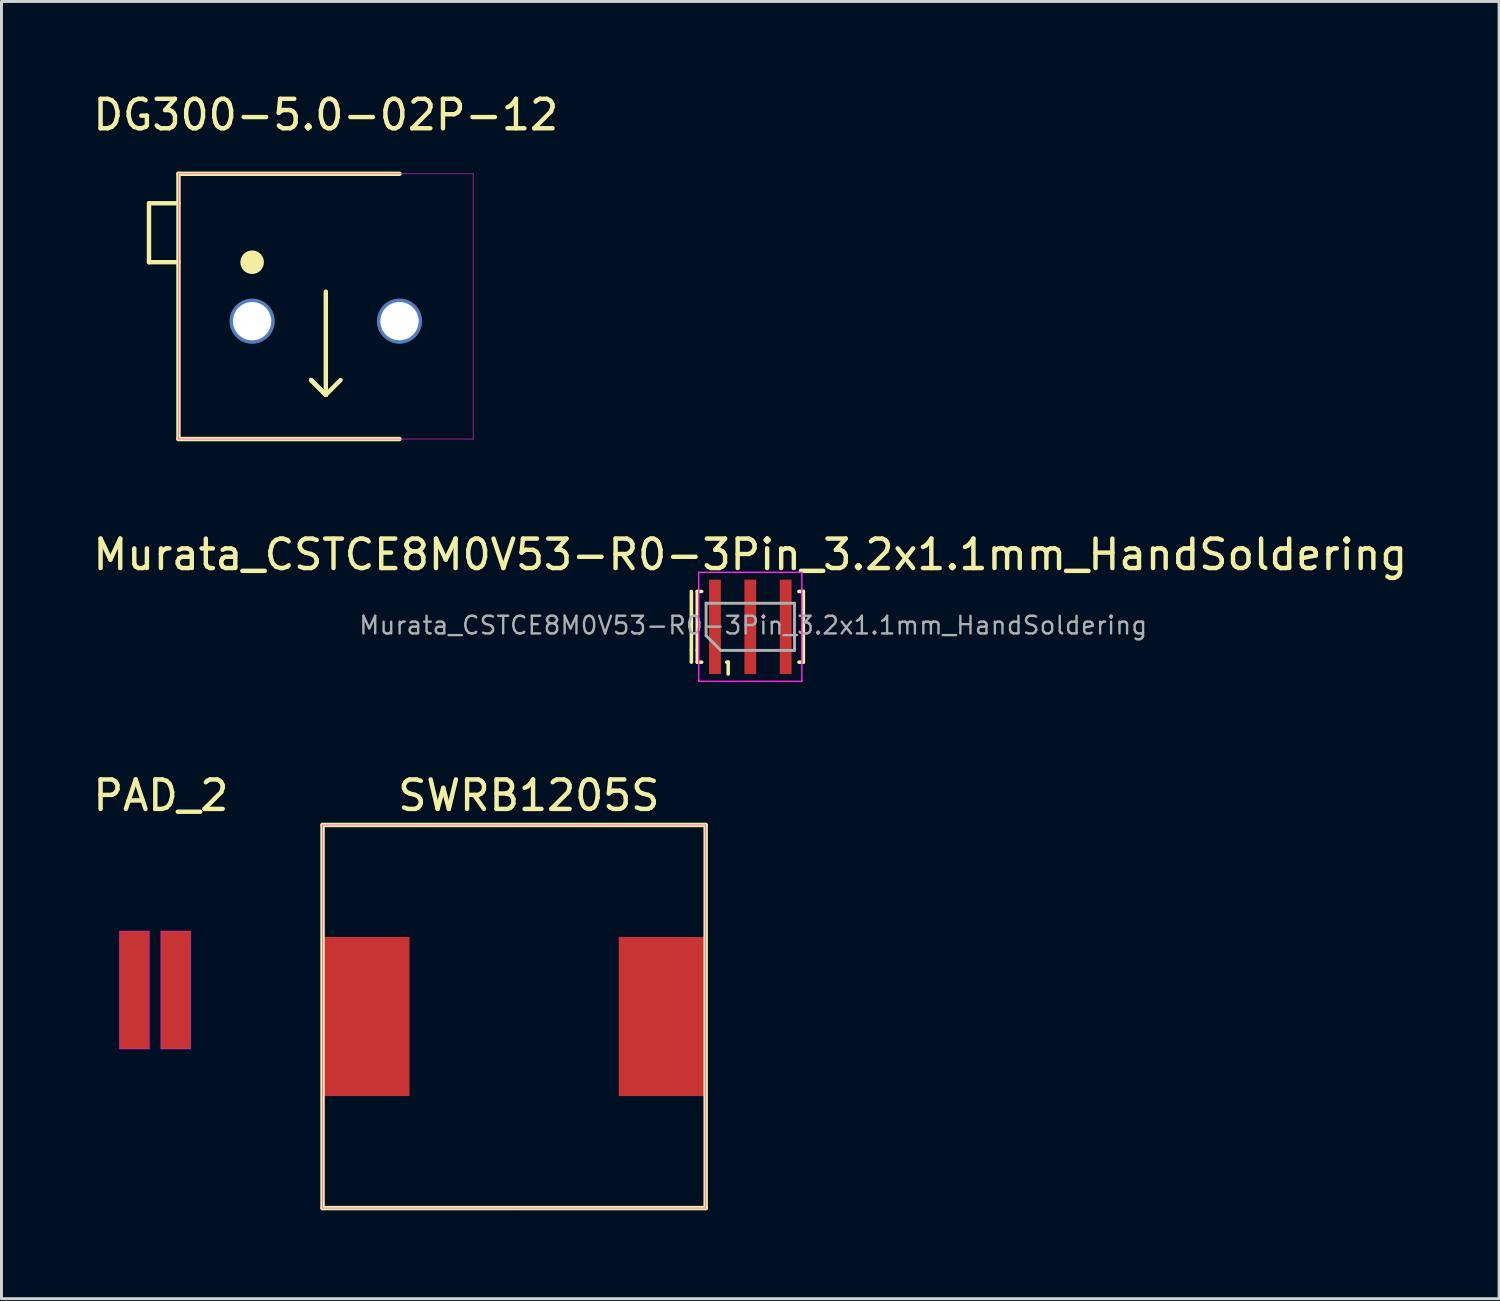
<source format=kicad_pcb>
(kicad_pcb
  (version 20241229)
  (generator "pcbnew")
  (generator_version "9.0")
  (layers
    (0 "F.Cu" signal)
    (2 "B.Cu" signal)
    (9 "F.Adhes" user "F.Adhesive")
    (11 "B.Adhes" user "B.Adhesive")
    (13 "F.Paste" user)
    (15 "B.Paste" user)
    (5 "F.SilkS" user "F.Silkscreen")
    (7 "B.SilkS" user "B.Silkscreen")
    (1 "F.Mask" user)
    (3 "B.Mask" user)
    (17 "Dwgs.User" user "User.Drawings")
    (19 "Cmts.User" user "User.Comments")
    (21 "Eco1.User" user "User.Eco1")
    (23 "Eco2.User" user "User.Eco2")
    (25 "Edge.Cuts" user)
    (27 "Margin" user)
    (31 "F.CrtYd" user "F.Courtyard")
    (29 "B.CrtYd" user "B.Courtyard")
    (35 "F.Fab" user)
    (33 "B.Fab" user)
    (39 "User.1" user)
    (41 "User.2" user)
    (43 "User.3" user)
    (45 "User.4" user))
  (footprint "Murata_CSTCE8M0V53-R0-3Pin_3.2x1.1mm_HandSoldering"
    (layer "F.Cu")
    (at 22.411 18.221)
    (property "Reference" "Murata_CSTCE8M0V53-R0-3Pin_3.2x1.1mm_HandSoldering" (at 0 -2.45 0) (layer "F.SilkS") (effects (font (size 1 1) (thickness 0.15))))
    (attr smd)
    (fp_line (start -2 -1.2) (end -2 0.8) (stroke (width 0.12) (type solid)) (layer "F.SilkS"))
    (fp_line (start -2 0.8) (end -2 1.2) (stroke (width 0.12) (type solid)) (layer "F.SilkS"))
    (fp_line (start -1.8 -1.2) (end -1.65 -1.2) (stroke (width 0.12) (type solid)) (layer "F.SilkS"))
    (fp_line (start -1.8 0.8) (end -1.8 -1.2) (stroke (width 0.12) (type solid)) (layer "F.SilkS"))
    (fp_line (start -1.8 0.8) (end -1.8 1.2) (stroke (width 0.12) (type solid)) (layer "F.SilkS"))
    (fp_line (start -1.8 1.2) (end -1.65 1.2) (stroke (width 0.12) (type solid)) (layer "F.SilkS"))
    (fp_line (start -0.75 1.2) (end -0.8 1.2) (stroke (width 0.12) (type solid)) (layer "F.SilkS"))
    (fp_line (start -0.75 1.2) (end -0.75 1.6) (stroke (width 0.12) (type solid)) (layer "F.SilkS"))
    (fp_line (start 1.8 -1.2) (end 1.65 -1.2) (stroke (width 0.12) (type solid)) (layer "F.SilkS"))
    (fp_line (start 1.8 -1.2) (end 1.8 0.8) (stroke (width 0.12) (type solid)) (layer "F.SilkS"))
    (fp_line (start 1.8 0.8) (end 1.8 1.2) (stroke (width 0.12) (type solid)) (layer "F.SilkS"))
    (fp_line (start 1.8 1.2) (end 1.65 1.2) (stroke (width 0.12) (type solid)) (layer "F.SilkS"))
    (fp_line (start -1.75 -1.85) (end 1.75 -1.85) (stroke (width 0.05) (type solid)) (layer "F.CrtYd"))
    (fp_line (start -1.75 1.85) (end -1.75 -1.85) (stroke (width 0.05) (type solid)) (layer "F.CrtYd"))
    (fp_line (start 1.75 -1.85) (end 1.75 1.85) (stroke (width 0.05) (type solid)) (layer "F.CrtYd"))
    (fp_line (start 1.75 1.85) (end -1.75 1.85) (stroke (width 0.05) (type solid)) (layer "F.CrtYd"))
    (fp_line (start -1.5 0.3) (end -1.5 -0.8) (stroke (width 0.1) (type solid)) (layer "F.Fab"))
    (fp_line (start -1 0.8) (end -1.5 0.3) (stroke (width 0.1) (type solid)) (layer "F.Fab"))
    (fp_line (start -1 0.8) (end 1.5 0.8) (stroke (width 0.1) (type solid)) (layer "F.Fab"))
    (fp_line (start 1.5 -0.8) (end -1.5 -0.8) (stroke (width 0.1) (type solid)) (layer "F.Fab"))
    (fp_line (start 1.5 0.8) (end 1.5 -0.8) (stroke (width 0.1) (type solid)) (layer "F.Fab"))
    (fp_text user "${REFERENCE}" (at 0.1 -0.05 0) (layer "F.Fab") (effects (font (size 0.6 0.6) (thickness 0.08))))
    (pad "1" smd rect (at -1.2 0) (size 0.4 3.2) (layers "F.Cu" "F.Mask" "F.Paste"))
    (pad "2" smd rect (at 0 0) (size 0.4 3.2) (layers "F.Cu" "F.Mask" "F.Paste"))
    (pad "3" smd rect (at 1.2 0) (size 0.4 3.2) (layers "F.Cu" "F.Mask" "F.Paste")))
  (footprint "DG300-5.0-02P-12"
    (layer "F.Cu")
    (at 8.006 7.848)
    (property "Reference" "DG300-5.0-02P-12" (at 0 -7 0) (layer "F.SilkS") (effects (font (size 1 1) (thickness 0.15))))
    (attr through_hole)
    (fp_line (start -6 -4) (end -6 -2) (stroke (width 0.15) (type solid)) (layer "F.SilkS"))
    (fp_line (start -6 -2) (end -5 -2) (stroke (width 0.15) (type solid)) (layer "F.SilkS"))
    (fp_line (start -5 -5) (end -5 4) (stroke (width 0.15) (type solid)) (layer "F.SilkS"))
    (fp_line (start -5 -5) (end 2.5 -5) (stroke (width 0.15) (type solid)) (layer "F.SilkS"))
    (fp_line (start -5 -4) (end -6 -4) (stroke (width 0.15) (type solid)) (layer "F.SilkS"))
    (fp_line (start -5 4) (end 2.5 4) (stroke (width 0.15) (type solid)) (layer "F.SilkS"))
    (fp_line (start -0.5 2) (end 0 2.5) (stroke (width 0.15) (type solid)) (layer "F.SilkS"))
    (fp_line (start 0 -1) (end 0 2.5) (stroke (width 0.15) (type solid)) (layer "F.SilkS"))
    (fp_line (start 0 2.5) (end -0.5 2) (stroke (width 0.15) (type solid)) (layer "F.SilkS"))
    (fp_line (start 0 2.5) (end 0.5 2) (stroke (width 0.15) (type solid)) (layer "F.SilkS"))
    (fp_circle (center -2.5 -2) (end -2.3 -2) (stroke (width 0.4) (type solid)) (fill no) (layer "F.SilkS"))
    (fp_line (start -5 -5) (end -5 4) (stroke (width 0.02) (type solid)) (layer "F.CrtYd"))
    (fp_line (start -5 -5) (end 5 -5) (stroke (width 0.02) (type solid)) (layer "F.CrtYd"))
    (fp_line (start -5 4) (end 5 4) (stroke (width 0.02) (type solid)) (layer "F.CrtYd"))
    (fp_line (start 5 4) (end 5 -5) (stroke (width 0.02) (type solid)) (layer "F.CrtYd"))
    (pad "1" thru_hole circle (at -2.5 0) (size 1.524 1.524) (drill 1.3) (layers "*.Cu" "*.Mask"))
    (pad "2" thru_hole circle (at 2.5 0) (size 1.524 1.524) (drill 1.3) (layers "*.Cu" "*.Mask")))
  (footprint "PAD_2"
    (layer "F.Cu")
    (at 2.211 30.545)
    (property "Reference" "PAD_2" (at 0.2 -6.6 0) (layer "F.SilkS") (effects (font (size 1 1) (thickness 0.15))))
    (attr smd)
    (fp_line (start -1.2 -2) (end -1.2 2) (stroke (width 0.02) (type solid)) (layer "F.CrtYd"))
    (fp_line (start -1.2 2) (end -0.2 2) (stroke (width 0.02) (type solid)) (layer "F.CrtYd"))
    (fp_line (start -0.2 -2) (end -1.2 -2) (stroke (width 0.02) (type solid)) (layer "F.CrtYd"))
    (fp_line (start -0.2 2) (end -0.2 -2) (stroke (width 0.02) (type solid)) (layer "F.CrtYd"))
    (fp_line (start 0.2 -2) (end 0.2 2) (stroke (width 0.02) (type solid)) (layer "F.CrtYd"))
    (fp_line (start 0.2 2) (end 1.2 2) (stroke (width 0.02) (type solid)) (layer "F.CrtYd"))
    (fp_line (start 1.2 -2) (end 0.2 -2) (stroke (width 0.02) (type solid)) (layer "F.CrtYd"))
    (fp_line (start 1.2 2) (end 1.2 -2) (stroke (width 0.02) (type solid)) (layer "F.CrtYd"))
    (pad "1" smd rect (at -0.7 0 90) (size 4 1) (layers "F.Cu" "F.Mask" "F.Paste"))
    (pad "2" smd rect (at 0.7 0 90) (size 4 1) (layers "F.Cu" "F.Mask" "F.Paste")))
  (footprint "SWRB1205S"
    (layer "F.Cu")
    (at 14.396 31.445)
    (property "Reference" "SWRB1205S" (at 0.5 -7.5 0) (layer "F.SilkS") (effects (font (size 1 1) (thickness 0.15))))
    (attr smd)
    (fp_line (start -6.5 -6.5) (end 6.5 -6.5) (stroke (width 0.15) (type solid)) (layer "F.SilkS"))
    (fp_line (start -6.5 6.5) (end -6.5 -6.5) (stroke (width 0.15) (type solid)) (layer "F.SilkS"))
    (fp_line (start 6.5 -6.5) (end 6.5 6.5) (stroke (width 0.15) (type solid)) (layer "F.SilkS"))
    (fp_line (start 6.5 6.5) (end -6.5 6.5) (stroke (width 0.15) (type solid)) (layer "F.SilkS"))
    (fp_line (start -6.5 -6.5) (end 0 -6.5) (stroke (width 0.02) (type solid)) (layer "F.CrtYd"))
    (fp_line (start -6.5 0) (end -6.5 -6.5) (stroke (width 0.02) (type solid)) (layer "F.CrtYd"))
    (fp_line (start -6.5 6.5) (end -6.5 0) (stroke (width 0.02) (type solid)) (layer "F.CrtYd"))
    (fp_line (start 0 -6.5) (end 6.5 -6.5) (stroke (width 0.02) (type solid)) (layer "F.CrtYd"))
    (fp_line (start 0 6.5) (end -6.5 6.5) (stroke (width 0.02) (type solid)) (layer "F.CrtYd"))
    (fp_line (start 6.5 -6.5) (end 6.5 0) (stroke (width 0.02) (type solid)) (layer "F.CrtYd"))
    (fp_line (start 6.5 0) (end 6.5 6.5) (stroke (width 0.02) (type solid)) (layer "F.CrtYd"))
    (fp_line (start 6.5 6.5) (end 0 6.5) (stroke (width 0.02) (type solid)) (layer "F.CrtYd"))
    (pad "1" smd rect (at -5 0) (size 2.9 5.4) (layers "F.Cu" "F.Mask" "F.Paste"))
    (pad "2" smd rect (at 5 0) (size 2.9 5.4) (layers "F.Cu" "F.Mask" "F.Paste")))
  (gr_rect
    (start -3 -3)
    (end 47.821 41.02)
    (stroke (width 0.1) (type default))
    (fill no)
    (layer "Edge.Cuts")))
</source>
